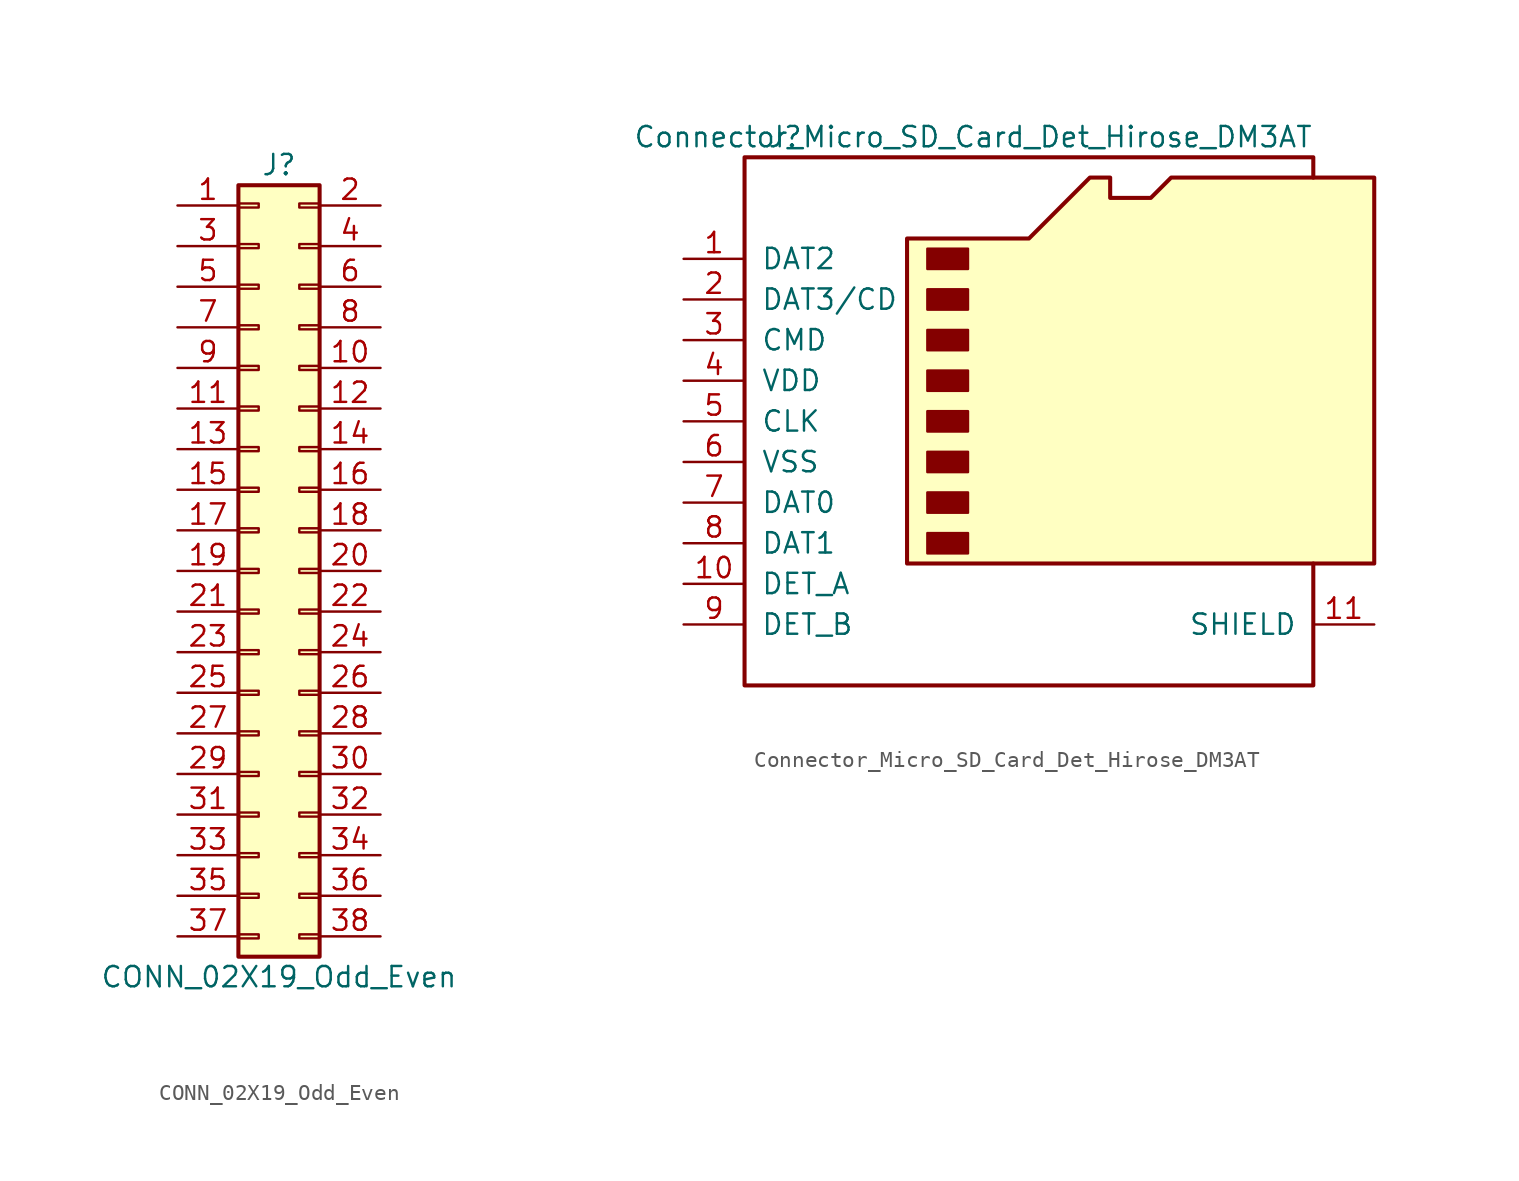
<source format=kicad_sym>
(kicad_symbol_lib
  (version 20211014)
  (generator kicad_symbol_editor)
  (symbol "CONN_02X19_Odd_Even"
    (pin_names
      (offset 1.016) hide)
    (property "Reference" "J"
      (at 1.27 25.4 0)
      (effects (font (size 1.27 1.27))))
    (property "Value" "CONN_02X19_Odd_Even"
      (at 1.27 -25.4 0)
      (effects (font (size 1.27 1.27))))
    (symbol "CONN_02X19_Odd_Even_1_1"
      (rectangle (start -1.27 -22.733) (end 0 -22.987) (stroke (width 0.152) (type default) (color 0 0 0 0)) (fill (type none)))
      (rectangle (start -1.27 -20.193) (end 0 -20.447) (stroke (width 0.152) (type default) (color 0 0 0 0)) (fill (type none)))
      (rectangle (start -1.27 -17.653) (end 0 -17.907) (stroke (width 0.152) (type default) (color 0 0 0 0)) (fill (type none)))
      (rectangle (start -1.27 -15.113) (end 0 -15.367) (stroke (width 0.152) (type default) (color 0 0 0 0)) (fill (type none)))
      (rectangle (start -1.27 -12.573) (end 0 -12.827) (stroke (width 0.152) (type default) (color 0 0 0 0)) (fill (type none)))
      (rectangle (start -1.27 -10.033) (end 0 -10.287) (stroke (width 0.152) (type default) (color 0 0 0 0)) (fill (type none)))
      (rectangle (start -1.27 -7.493) (end 0 -7.747) (stroke (width 0.152) (type default) (color 0 0 0 0)) (fill (type none)))
      (rectangle (start -1.27 -4.953) (end 0 -5.207) (stroke (width 0.152) (type default) (color 0 0 0 0)) (fill (type none)))
      (rectangle (start -1.27 -2.413) (end 0 -2.667) (stroke (width 0.152) (type default) (color 0 0 0 0)) (fill (type none)))
      (rectangle (start -1.27 0.127) (end 0 -0.127) (stroke (width 0.152) (type default) (color 0 0 0 0)) (fill (type none)))
      (rectangle (start -1.27 2.667) (end 0 2.413) (stroke (width 0.152) (type default) (color 0 0 0 0)) (fill (type none)))
      (rectangle (start -1.27 5.207) (end 0 4.953) (stroke (width 0.152) (type default) (color 0 0 0 0)) (fill (type none)))
      (rectangle (start -1.27 7.747) (end 0 7.493) (stroke (width 0.152) (type default) (color 0 0 0 0)) (fill (type none)))
      (rectangle (start -1.27 10.287) (end 0 10.033) (stroke (width 0.152) (type default) (color 0 0 0 0)) (fill (type none)))
      (rectangle (start -1.27 12.827) (end 0 12.573) (stroke (width 0.152) (type default) (color 0 0 0 0)) (fill (type none)))
      (rectangle (start -1.27 15.367) (end 0 15.113) (stroke (width 0.152) (type default) (color 0 0 0 0)) (fill (type none)))
      (rectangle (start -1.27 17.907) (end 0 17.653) (stroke (width 0.152) (type default) (color 0 0 0 0)) (fill (type none)))
      (rectangle (start -1.27 20.447) (end 0 20.193) (stroke (width 0.152) (type default) (color 0 0 0 0)) (fill (type none)))
      (rectangle (start -1.27 22.987) (end 0 22.733) (stroke (width 0.152) (type default) (color 0 0 0 0)) (fill (type none)))
      (rectangle (start -1.27 24.13) (end 3.81 -24.13) (stroke (width 0.254) (type default) (color 0 0 0 0)) (fill (type background)))
      (rectangle (start 3.81 -22.733) (end 2.54 -22.987) (stroke (width 0.152) (type default) (color 0 0 0 0)) (fill (type none)))
      (rectangle (start 3.81 -20.193) (end 2.54 -20.447) (stroke (width 0.152) (type default) (color 0 0 0 0)) (fill (type none)))
      (rectangle (start 3.81 -17.653) (end 2.54 -17.907) (stroke (width 0.152) (type default) (color 0 0 0 0)) (fill (type none)))
      (rectangle (start 3.81 -15.113) (end 2.54 -15.367) (stroke (width 0.152) (type default) (color 0 0 0 0)) (fill (type none)))
      (rectangle (start 3.81 -12.573) (end 2.54 -12.827) (stroke (width 0.152) (type default) (color 0 0 0 0)) (fill (type none)))
      (rectangle (start 3.81 -10.033) (end 2.54 -10.287) (stroke (width 0.152) (type default) (color 0 0 0 0)) (fill (type none)))
      (rectangle (start 3.81 -7.493) (end 2.54 -7.747) (stroke (width 0.152) (type default) (color 0 0 0 0)) (fill (type none)))
      (rectangle (start 3.81 -4.953) (end 2.54 -5.207) (stroke (width 0.152) (type default) (color 0 0 0 0)) (fill (type none)))
      (rectangle (start 3.81 -2.413) (end 2.54 -2.667) (stroke (width 0.152) (type default) (color 0 0 0 0)) (fill (type none)))
      (rectangle (start 3.81 0.127) (end 2.54 -0.127) (stroke (width 0.152) (type default) (color 0 0 0 0)) (fill (type none)))
      (rectangle (start 3.81 2.667) (end 2.54 2.413) (stroke (width 0.152) (type default) (color 0 0 0 0)) (fill (type none)))
      (rectangle (start 3.81 5.207) (end 2.54 4.953) (stroke (width 0.152) (type default) (color 0 0 0 0)) (fill (type none)))
      (rectangle (start 3.81 7.747) (end 2.54 7.493) (stroke (width 0.152) (type default) (color 0 0 0 0)) (fill (type none)))
      (rectangle (start 3.81 10.287) (end 2.54 10.033) (stroke (width 0.152) (type default) (color 0 0 0 0)) (fill (type none)))
      (rectangle (start 3.81 12.827) (end 2.54 12.573) (stroke (width 0.152) (type default) (color 0 0 0 0)) (fill (type none)))
      (rectangle (start 3.81 15.367) (end 2.54 15.113) (stroke (width 0.152) (type default) (color 0 0 0 0)) (fill (type none)))
      (rectangle (start 3.81 17.907) (end 2.54 17.653) (stroke (width 0.152) (type default) (color 0 0 0 0)) (fill (type none)))
      (rectangle (start 3.81 20.447) (end 2.54 20.193) (stroke (width 0.152) (type default) (color 0 0 0 0)) (fill (type none)))
      (rectangle (start 3.81 22.987) (end 2.54 22.733) (stroke (width 0.152) (type default) (color 0 0 0 0)) (fill (type none)))
      (pin passive line (at -5.08 22.86 0) (length 3.81) (name "Pin_1" (effects (font (size 1.27 1.27)))) (number "1" (effects (font (size 1.27 1.27)))))
      (pin passive line (at 7.62 12.7 180) (length 3.81) (name "Pin_10" (effects (font (size 1.27 1.27)))) (number "10" (effects (font (size 1.27 1.27)))))
      (pin passive line (at -5.08 10.16 0) (length 3.81) (name "Pin_11" (effects (font (size 1.27 1.27)))) (number "11" (effects (font (size 1.27 1.27)))))
      (pin passive line (at 7.62 10.16 180) (length 3.81) (name "Pin_12" (effects (font (size 1.27 1.27)))) (number "12" (effects (font (size 1.27 1.27)))))
      (pin passive line (at -5.08 7.62 0) (length 3.81) (name "Pin_13" (effects (font (size 1.27 1.27)))) (number "13" (effects (font (size 1.27 1.27)))))
      (pin passive line (at 7.62 7.62 180) (length 3.81) (name "Pin_14" (effects (font (size 1.27 1.27)))) (number "14" (effects (font (size 1.27 1.27)))))
      (pin passive line (at -5.08 5.08 0) (length 3.81) (name "Pin_15" (effects (font (size 1.27 1.27)))) (number "15" (effects (font (size 1.27 1.27)))))
      (pin passive line (at 7.62 5.08 180) (length 3.81) (name "Pin_16" (effects (font (size 1.27 1.27)))) (number "16" (effects (font (size 1.27 1.27)))))
      (pin passive line (at -5.08 2.54 0) (length 3.81) (name "Pin_17" (effects (font (size 1.27 1.27)))) (number "17" (effects (font (size 1.27 1.27)))))
      (pin passive line (at 7.62 2.54 180) (length 3.81) (name "Pin_18" (effects (font (size 1.27 1.27)))) (number "18" (effects (font (size 1.27 1.27)))))
      (pin passive line (at -5.08 0 0) (length 3.81) (name "Pin_19" (effects (font (size 1.27 1.27)))) (number "19" (effects (font (size 1.27 1.27)))))
      (pin passive line (at 7.62 22.86 180) (length 3.81) (name "Pin_2" (effects (font (size 1.27 1.27)))) (number "2" (effects (font (size 1.27 1.27)))))
      (pin passive line (at 7.62 0 180) (length 3.81) (name "Pin_20" (effects (font (size 1.27 1.27)))) (number "20" (effects (font (size 1.27 1.27)))))
      (pin passive line (at -5.08 -2.54 0) (length 3.81) (name "Pin_21" (effects (font (size 1.27 1.27)))) (number "21" (effects (font (size 1.27 1.27)))))
      (pin passive line (at 7.62 -2.54 180) (length 3.81) (name "Pin_22" (effects (font (size 1.27 1.27)))) (number "22" (effects (font (size 1.27 1.27)))))
      (pin passive line (at -5.08 -5.08 0) (length 3.81) (name "Pin_23" (effects (font (size 1.27 1.27)))) (number "23" (effects (font (size 1.27 1.27)))))
      (pin passive line (at 7.62 -5.08 180) (length 3.81) (name "Pin_24" (effects (font (size 1.27 1.27)))) (number "24" (effects (font (size 1.27 1.27)))))
      (pin passive line (at -5.08 -7.62 0) (length 3.81) (name "Pin_25" (effects (font (size 1.27 1.27)))) (number "25" (effects (font (size 1.27 1.27)))))
      (pin passive line (at 7.62 -7.62 180) (length 3.81) (name "Pin_26" (effects (font (size 1.27 1.27)))) (number "26" (effects (font (size 1.27 1.27)))))
      (pin passive line (at -5.08 -10.16 0) (length 3.81) (name "Pin_27" (effects (font (size 1.27 1.27)))) (number "27" (effects (font (size 1.27 1.27)))))
      (pin passive line (at 7.62 -10.16 180) (length 3.81) (name "Pin_28" (effects (font (size 1.27 1.27)))) (number "28" (effects (font (size 1.27 1.27)))))
      (pin passive line (at -5.08 -12.7 0) (length 3.81) (name "Pin_29" (effects (font (size 1.27 1.27)))) (number "29" (effects (font (size 1.27 1.27)))))
      (pin passive line (at -5.08 20.32 0) (length 3.81) (name "Pin_3" (effects (font (size 1.27 1.27)))) (number "3" (effects (font (size 1.27 1.27)))))
      (pin passive line (at 7.62 -12.7 180) (length 3.81) (name "Pin_30" (effects (font (size 1.27 1.27)))) (number "30" (effects (font (size 1.27 1.27)))))
      (pin passive line (at -5.08 -15.24 0) (length 3.81) (name "Pin_31" (effects (font (size 1.27 1.27)))) (number "31" (effects (font (size 1.27 1.27)))))
      (pin passive line (at 7.62 -15.24 180) (length 3.81) (name "Pin_32" (effects (font (size 1.27 1.27)))) (number "32" (effects (font (size 1.27 1.27)))))
      (pin passive line (at -5.08 -17.78 0) (length 3.81) (name "Pin_33" (effects (font (size 1.27 1.27)))) (number "33" (effects (font (size 1.27 1.27)))))
      (pin passive line (at 7.62 -17.78 180) (length 3.81) (name "Pin_34" (effects (font (size 1.27 1.27)))) (number "34" (effects (font (size 1.27 1.27)))))
      (pin passive line (at -5.08 -20.32 0) (length 3.81) (name "Pin_35" (effects (font (size 1.27 1.27)))) (number "35" (effects (font (size 1.27 1.27)))))
      (pin passive line (at 7.62 -20.32 180) (length 3.81) (name "Pin_36" (effects (font (size 1.27 1.27)))) (number "36" (effects (font (size 1.27 1.27)))))
      (pin passive line (at -5.08 -22.86 0) (length 3.81) (name "Pin_37" (effects (font (size 1.27 1.27)))) (number "37" (effects (font (size 1.27 1.27)))))
      (pin passive line (at 7.62 -22.86 180) (length 3.81) (name "Pin_38" (effects (font (size 1.27 1.27)))) (number "38" (effects (font (size 1.27 1.27)))))
      (pin passive line (at 7.62 20.32 180) (length 3.81) (name "Pin_4" (effects (font (size 1.27 1.27)))) (number "4" (effects (font (size 1.27 1.27)))))
      (pin passive line (at -5.08 17.78 0) (length 3.81) (name "Pin_5" (effects (font (size 1.27 1.27)))) (number "5" (effects (font (size 1.27 1.27)))))
      (pin passive line (at 7.62 17.78 180) (length 3.81) (name "Pin_6" (effects (font (size 1.27 1.27)))) (number "6" (effects (font (size 1.27 1.27)))))
      (pin passive line (at -5.08 15.24 0) (length 3.81) (name "Pin_7" (effects (font (size 1.27 1.27)))) (number "7" (effects (font (size 1.27 1.27)))))
      (pin passive line (at 7.62 15.24 180) (length 3.81) (name "Pin_8" (effects (font (size 1.27 1.27)))) (number "8" (effects (font (size 1.27 1.27)))))
      (pin passive line (at -5.08 12.7 0) (length 3.81) (name "Pin_9" (effects (font (size 1.27 1.27)))) (number "9" (effects (font (size 1.27 1.27)))))))
  (symbol "Connector_Micro_SD_Card_Det_Hirose_DM3AT"
    (pin_names
      (offset 1.016))
    (property "Reference" "J"
      (at -16.51 17.78 0)
      (effects (font (size 1.27 1.27))))
    (property "Value" "Connector_Micro_SD_Card_Det_Hirose_DM3AT"
      (at 16.51 17.78 0)
      (effects (font (size 1.27 1.27)) (justify right)))
    (symbol "Connector_Micro_SD_Card_Det_Hirose_DM3AT_0_1"
      (rectangle (start -7.62 -6.985) (end -5.08 -8.255) (stroke (width 0) (type default) (color 0 0 0 0)) (fill (type outline)))
      (rectangle (start -7.62 -4.445) (end -5.08 -5.715) (stroke (width 0) (type default) (color 0 0 0 0)) (fill (type outline)))
      (rectangle (start -7.62 -1.905) (end -5.08 -3.175) (stroke (width 0) (type default) (color 0 0 0 0)) (fill (type outline)))
      (rectangle (start -7.62 0.635) (end -5.08 -0.635) (stroke (width 0) (type default) (color 0 0 0 0)) (fill (type outline)))
      (rectangle (start -7.62 3.175) (end -5.08 1.905) (stroke (width 0) (type default) (color 0 0 0 0)) (fill (type outline)))
      (rectangle (start -7.62 5.715) (end -5.08 4.445) (stroke (width 0) (type default) (color 0 0 0 0)) (fill (type outline)))
      (rectangle (start -7.62 8.255) (end -5.08 6.985) (stroke (width 0) (type default) (color 0 0 0 0)) (fill (type outline)))
      (rectangle (start -7.62 10.795) (end -5.08 9.525) (stroke (width 0) (type default) (color 0 0 0 0)) (fill (type outline)))
      (polyline (pts (xy 16.51 15.24) (xy 16.51 16.51) (xy -19.05 16.51) (xy -19.05 -16.51) (xy 16.51 -16.51) (xy 16.51 -8.89)) (stroke (width 0.254) (type default) (color 0 0 0 0)) (fill (type none)))
      (polyline (pts (xy -8.89 -8.89) (xy -8.89 11.43) (xy -1.27 11.43) (xy 2.54 15.24) (xy 3.81 15.24) (xy 3.81 13.97) (xy 6.35 13.97) (xy 7.62 15.24) (xy 20.32 15.24) (xy 20.32 -8.89) (xy -8.89 -8.89)) (stroke (width 0.254) (type default) (color 0 0 0 0)) (fill (type background))))
    (symbol "Connector_Micro_SD_Card_Det_Hirose_DM3AT_1_1"
      (pin bidirectional line (at -22.86 10.16 0) (length 3.81) (name "DAT2" (effects (font (size 1.27 1.27)))) (number "1" (effects (font (size 1.27 1.27)))))
      (pin passive line (at -22.86 -10.16 0) (length 3.81) (name "DET_A" (effects (font (size 1.27 1.27)))) (number "10" (effects (font (size 1.27 1.27)))))
      (pin passive line (at 20.32 -12.7 180) (length 3.81) (name "SHIELD" (effects (font (size 1.27 1.27)))) (number "11" (effects (font (size 1.27 1.27)))))
      (pin bidirectional line (at -22.86 7.62 0) (length 3.81) (name "DAT3/CD" (effects (font (size 1.27 1.27)))) (number "2" (effects (font (size 1.27 1.27)))))
      (pin input line (at -22.86 5.08 0) (length 3.81) (name "CMD" (effects (font (size 1.27 1.27)))) (number "3" (effects (font (size 1.27 1.27)))))
      (pin power_in line (at -22.86 2.54 0) (length 3.81) (name "VDD" (effects (font (size 1.27 1.27)))) (number "4" (effects (font (size 1.27 1.27)))))
      (pin input line (at -22.86 0 0) (length 3.81) (name "CLK" (effects (font (size 1.27 1.27)))) (number "5" (effects (font (size 1.27 1.27)))))
      (pin power_in line (at -22.86 -2.54 0) (length 3.81) (name "VSS" (effects (font (size 1.27 1.27)))) (number "6" (effects (font (size 1.27 1.27)))))
      (pin bidirectional line (at -22.86 -5.08 0) (length 3.81) (name "DAT0" (effects (font (size 1.27 1.27)))) (number "7" (effects (font (size 1.27 1.27)))))
      (pin bidirectional line (at -22.86 -7.62 0) (length 3.81) (name "DAT1" (effects (font (size 1.27 1.27)))) (number "8" (effects (font (size 1.27 1.27)))))
      (pin passive line (at -22.86 -12.7 0) (length 3.81) (name "DET_B" (effects (font (size 1.27 1.27)))) (number "9" (effects (font (size 1.27 1.27))))))))
</source>
